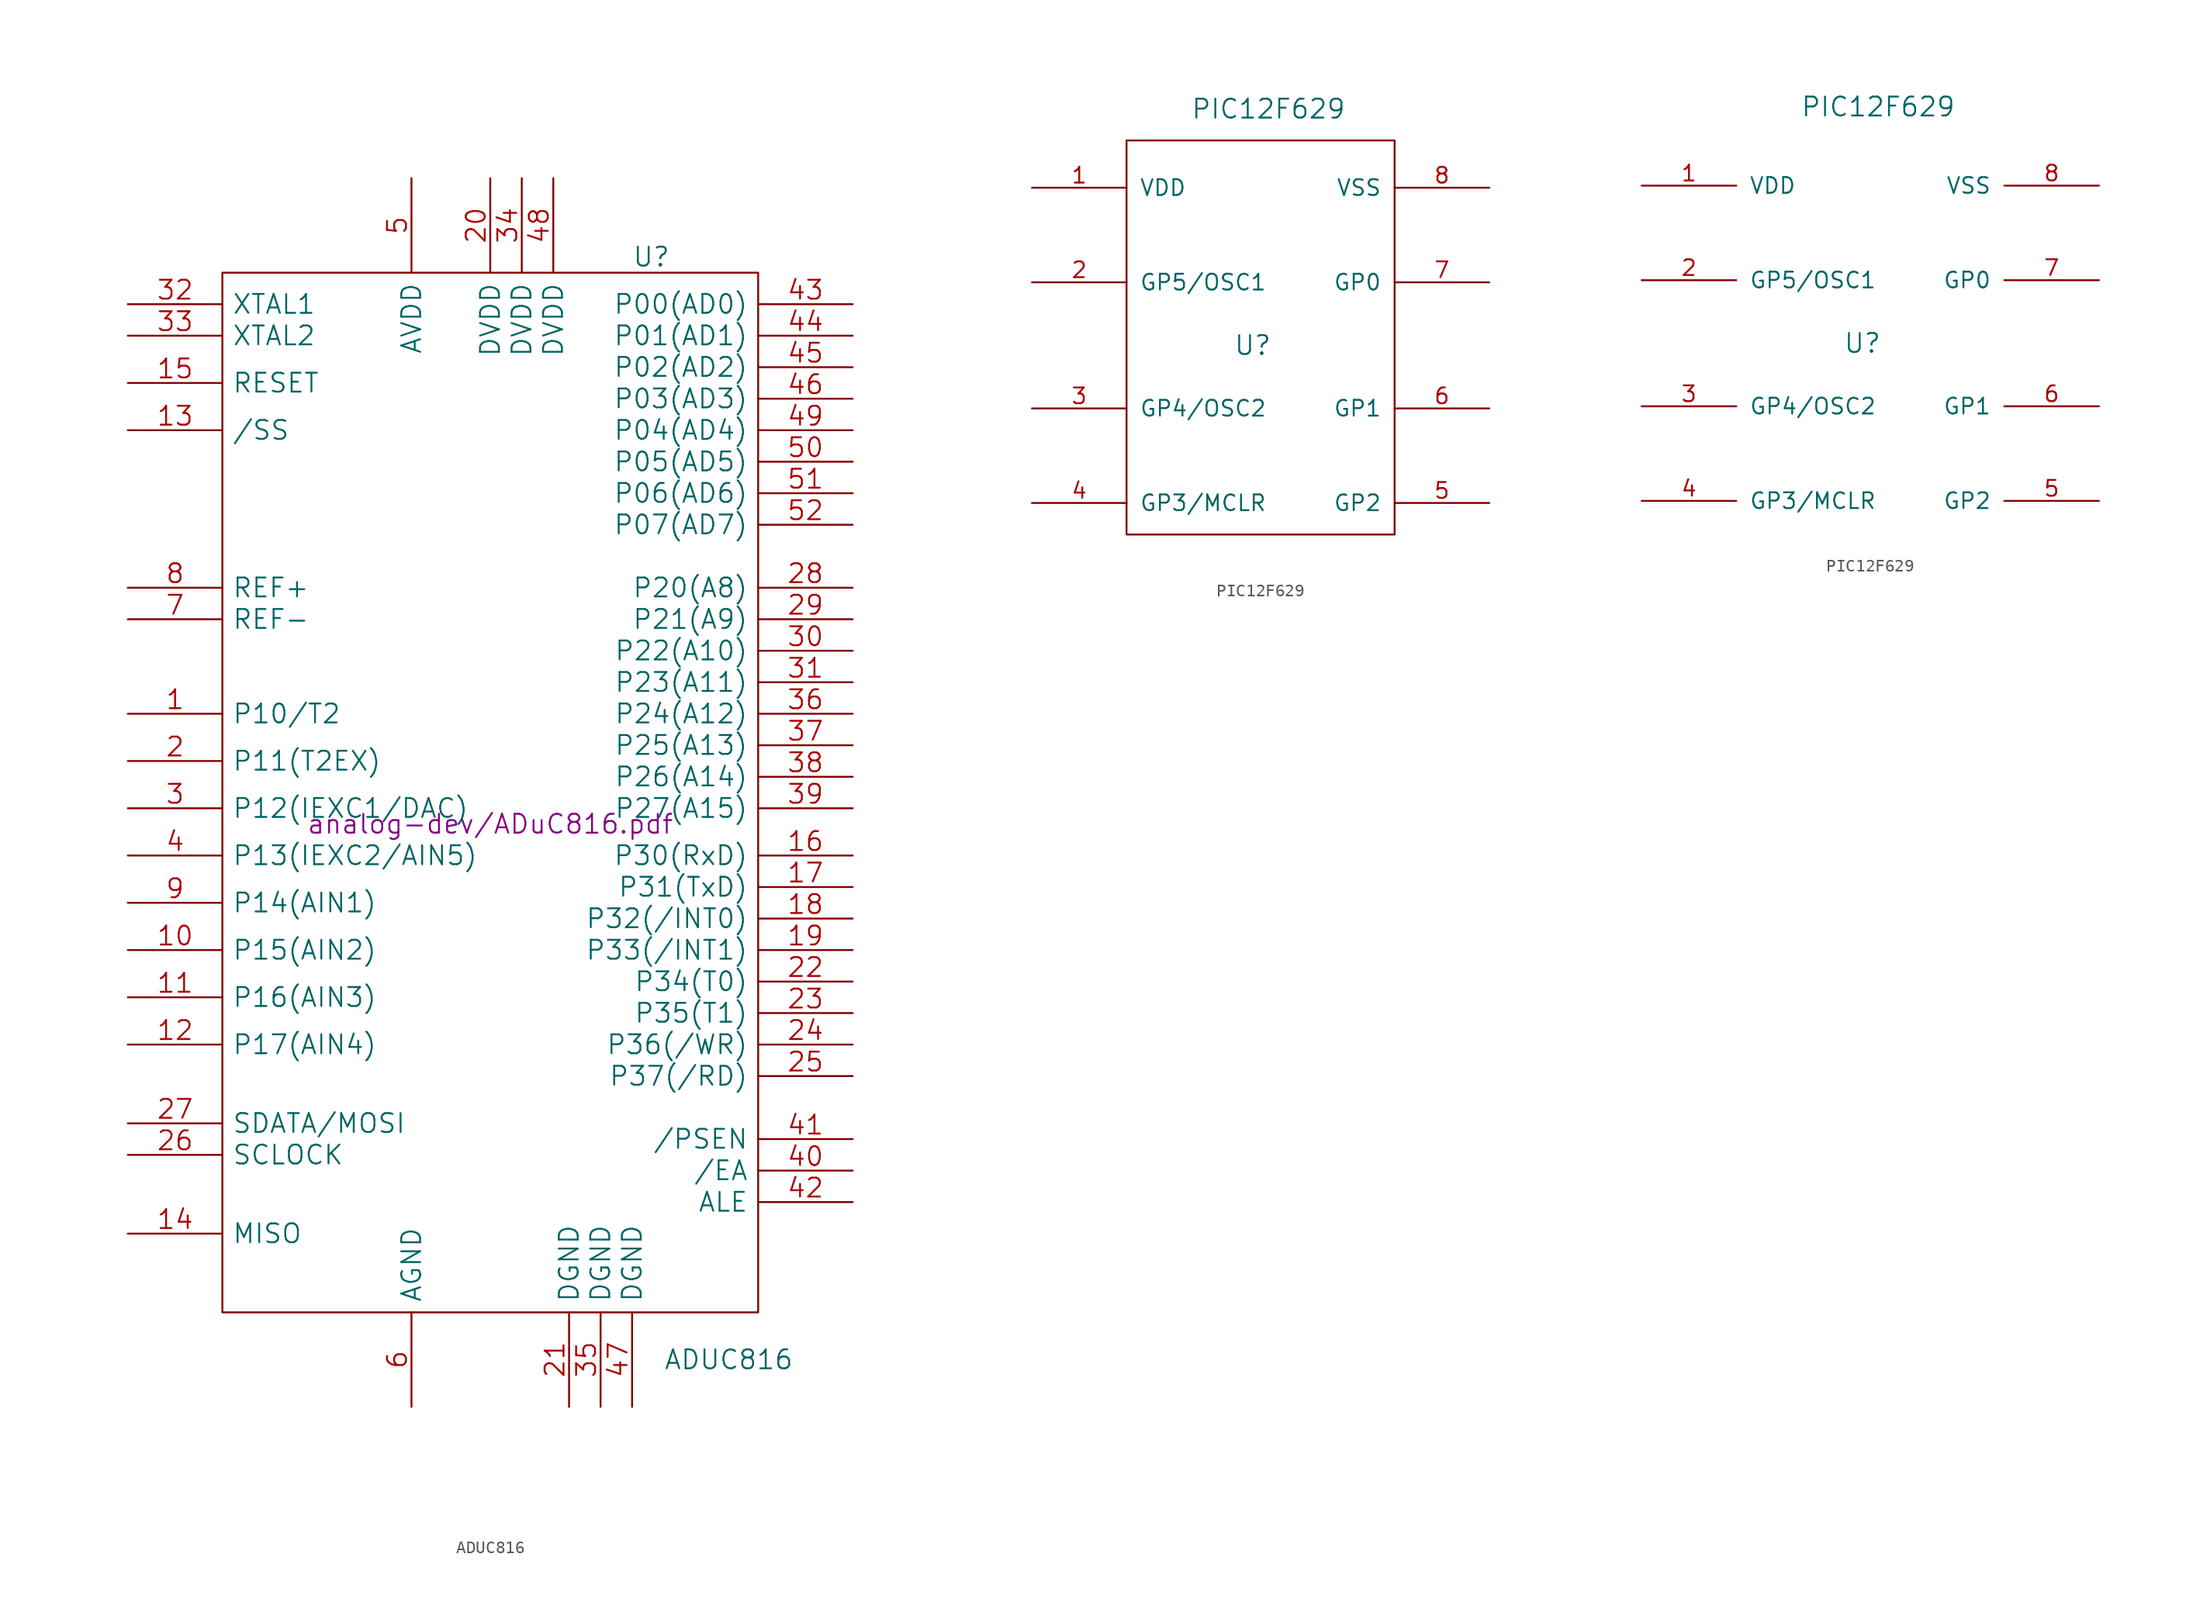
<source format=kicad_sym>
(kicad_symbol_lib
  (version 20211014)
  (generator kicad_symbol_editor)
  (symbol "ADUC816"
    (pin_names
      (offset 0.762))
    (property "Reference" "U"
      (at 11.43 45.72 0)
      (effects (font (size 1.524 1.524)) (justify left)))
    (property "Value" "ADUC816"
      (at 13.97 -43.18 0)
      (effects (font (size 1.524 1.524)) (justify left)))
    (property "Footprint" ""
      (at 0 0 0)
      (effects (font (size 1.524 1.524))))
    (property "Datasheet" "analog-dev/ADuC816.pdf"
      (at 0 0 0)
      (effects (font (size 1.524 1.524))))
    (symbol "ADUC816_0_1"
      (rectangle (start 21.59 -39.37) (end -21.59 44.45) (stroke (width 0) (type default) (color 0 0 0 0)) (fill (type none))))
    (symbol "ADUC816_1_1"
      (pin bidirectional line (at -29.21 8.89 0) (length 7.62) (name "P10/T2" (effects (font (size 1.524 1.524)))) (number "1" (effects (font (size 1.524 1.524)))))
      (pin input line (at -29.21 -10.16 0) (length 7.62) (name "P15(AIN2)" (effects (font (size 1.524 1.524)))) (number "10" (effects (font (size 1.524 1.524)))))
      (pin input line (at -29.21 -13.97 0) (length 7.62) (name "P16(AIN3)" (effects (font (size 1.524 1.524)))) (number "11" (effects (font (size 1.524 1.524)))))
      (pin input line (at -29.21 -17.78 0) (length 7.62) (name "P17(AIN4)" (effects (font (size 1.524 1.524)))) (number "12" (effects (font (size 1.524 1.524)))))
      (pin input line (at -29.21 31.75 0) (length 7.62) (name "/SS" (effects (font (size 1.524 1.524)))) (number "13" (effects (font (size 1.524 1.524)))))
      (pin input line (at -29.21 -33.02 0) (length 7.62) (name "MISO" (effects (font (size 1.524 1.524)))) (number "14" (effects (font (size 1.524 1.524)))))
      (pin input line (at -29.21 35.56 0) (length 7.62) (name "RESET" (effects (font (size 1.524 1.524)))) (number "15" (effects (font (size 1.524 1.524)))))
      (pin bidirectional line (at 29.21 -2.54 180) (length 7.62) (name "P30(RxD)" (effects (font (size 1.524 1.524)))) (number "16" (effects (font (size 1.524 1.524)))))
      (pin bidirectional line (at 29.21 -5.08 180) (length 7.62) (name "P31(TxD)" (effects (font (size 1.524 1.524)))) (number "17" (effects (font (size 1.524 1.524)))))
      (pin bidirectional line (at 29.21 -7.62 180) (length 7.62) (name "P32(/INT0)" (effects (font (size 1.524 1.524)))) (number "18" (effects (font (size 1.524 1.524)))))
      (pin bidirectional line (at 29.21 -10.16 180) (length 7.62) (name "P33(/INT1)" (effects (font (size 1.524 1.524)))) (number "19" (effects (font (size 1.524 1.524)))))
      (pin bidirectional line (at -29.21 5.08 0) (length 7.62) (name "P11(T2EX)" (effects (font (size 1.524 1.524)))) (number "2" (effects (font (size 1.524 1.524)))))
      (pin power_in line (at 0 52.07 270) (length 7.62) (name "DVDD" (effects (font (size 1.524 1.524)))) (number "20" (effects (font (size 1.524 1.524)))))
      (pin power_in line (at 6.35 -46.99 90) (length 7.62) (name "DGND" (effects (font (size 1.524 1.524)))) (number "21" (effects (font (size 1.524 1.524)))))
      (pin bidirectional line (at 29.21 -12.7 180) (length 7.62) (name "P34(T0)" (effects (font (size 1.524 1.524)))) (number "22" (effects (font (size 1.524 1.524)))))
      (pin bidirectional line (at 29.21 -15.24 180) (length 7.62) (name "P35(T1)" (effects (font (size 1.524 1.524)))) (number "23" (effects (font (size 1.524 1.524)))))
      (pin bidirectional line (at 29.21 -17.78 180) (length 7.62) (name "P36(/WR)" (effects (font (size 1.524 1.524)))) (number "24" (effects (font (size 1.524 1.524)))))
      (pin bidirectional line (at 29.21 -20.32 180) (length 7.62) (name "P37(/RD)" (effects (font (size 1.524 1.524)))) (number "25" (effects (font (size 1.524 1.524)))))
      (pin bidirectional line (at -29.21 -26.67 0) (length 7.62) (name "SCLOCK" (effects (font (size 1.524 1.524)))) (number "26" (effects (font (size 1.524 1.524)))))
      (pin bidirectional line (at -29.21 -24.13 0) (length 7.62) (name "SDATA/MOSI" (effects (font (size 1.524 1.524)))) (number "27" (effects (font (size 1.524 1.524)))))
      (pin bidirectional line (at 29.21 19.05 180) (length 7.62) (name "P20(A8)" (effects (font (size 1.524 1.524)))) (number "28" (effects (font (size 1.524 1.524)))))
      (pin bidirectional line (at 29.21 16.51 180) (length 7.62) (name "P21(A9)" (effects (font (size 1.524 1.524)))) (number "29" (effects (font (size 1.524 1.524)))))
      (pin input line (at -29.21 1.27 0) (length 7.62) (name "P12(IEXC1/DAC)" (effects (font (size 1.524 1.524)))) (number "3" (effects (font (size 1.524 1.524)))))
      (pin bidirectional line (at 29.21 13.97 180) (length 7.62) (name "P22(A10)" (effects (font (size 1.524 1.524)))) (number "30" (effects (font (size 1.524 1.524)))))
      (pin bidirectional line (at 29.21 11.43 180) (length 7.62) (name "P23(A11)" (effects (font (size 1.524 1.524)))) (number "31" (effects (font (size 1.524 1.524)))))
      (pin input line (at -29.21 41.91 0) (length 7.62) (name "XTAL1" (effects (font (size 1.524 1.524)))) (number "32" (effects (font (size 1.524 1.524)))))
      (pin output line (at -29.21 39.37 0) (length 7.62) (name "XTAL2" (effects (font (size 1.524 1.524)))) (number "33" (effects (font (size 1.524 1.524)))))
      (pin power_in line (at 2.54 52.07 270) (length 7.62) (name "DVDD" (effects (font (size 1.524 1.524)))) (number "34" (effects (font (size 1.524 1.524)))))
      (pin power_in line (at 8.89 -46.99 90) (length 7.62) (name "DGND" (effects (font (size 1.524 1.524)))) (number "35" (effects (font (size 1.524 1.524)))))
      (pin bidirectional line (at 29.21 8.89 180) (length 7.62) (name "P24(A12)" (effects (font (size 1.524 1.524)))) (number "36" (effects (font (size 1.524 1.524)))))
      (pin bidirectional line (at 29.21 6.35 180) (length 7.62) (name "P25(A13)" (effects (font (size 1.524 1.524)))) (number "37" (effects (font (size 1.524 1.524)))))
      (pin bidirectional line (at 29.21 3.81 180) (length 7.62) (name "P26(A14)" (effects (font (size 1.524 1.524)))) (number "38" (effects (font (size 1.524 1.524)))))
      (pin bidirectional line (at 29.21 1.27 180) (length 7.62) (name "P27(A15)" (effects (font (size 1.524 1.524)))) (number "39" (effects (font (size 1.524 1.524)))))
      (pin input line (at -29.21 -2.54 0) (length 7.62) (name "P13(IEXC2/AIN5)" (effects (font (size 1.524 1.524)))) (number "4" (effects (font (size 1.524 1.524)))))
      (pin output line (at 29.21 -27.94 180) (length 7.62) (name "/EA" (effects (font (size 1.524 1.524)))) (number "40" (effects (font (size 1.524 1.524)))))
      (pin output line (at 29.21 -25.4 180) (length 7.62) (name "/PSEN" (effects (font (size 1.524 1.524)))) (number "41" (effects (font (size 1.524 1.524)))))
      (pin output line (at 29.21 -30.48 180) (length 7.62) (name "ALE" (effects (font (size 1.524 1.524)))) (number "42" (effects (font (size 1.524 1.524)))))
      (pin tri_state line (at 29.21 41.91 180) (length 7.62) (name "P00(AD0)" (effects (font (size 1.524 1.524)))) (number "43" (effects (font (size 1.524 1.524)))))
      (pin tri_state line (at 29.21 39.37 180) (length 7.62) (name "P01(AD1)" (effects (font (size 1.524 1.524)))) (number "44" (effects (font (size 1.524 1.524)))))
      (pin tri_state line (at 29.21 36.83 180) (length 7.62) (name "P02(AD2)" (effects (font (size 1.524 1.524)))) (number "45" (effects (font (size 1.524 1.524)))))
      (pin tri_state line (at 29.21 34.29 180) (length 7.62) (name "P03(AD3)" (effects (font (size 1.524 1.524)))) (number "46" (effects (font (size 1.524 1.524)))))
      (pin power_in line (at 11.43 -46.99 90) (length 7.62) (name "DGND" (effects (font (size 1.524 1.524)))) (number "47" (effects (font (size 1.524 1.524)))))
      (pin power_in line (at 5.08 52.07 270) (length 7.62) (name "DVDD" (effects (font (size 1.524 1.524)))) (number "48" (effects (font (size 1.524 1.524)))))
      (pin tri_state line (at 29.21 31.75 180) (length 7.62) (name "P04(AD4)" (effects (font (size 1.524 1.524)))) (number "49" (effects (font (size 1.524 1.524)))))
      (pin power_in line (at -6.35 52.07 270) (length 7.62) (name "AVDD" (effects (font (size 1.524 1.524)))) (number "5" (effects (font (size 1.524 1.524)))))
      (pin bidirectional line (at 29.21 29.21 180) (length 7.62) (name "P05(AD5)" (effects (font (size 1.524 1.524)))) (number "50" (effects (font (size 1.524 1.524)))))
      (pin tri_state line (at 29.21 26.67 180) (length 7.62) (name "P06(AD6)" (effects (font (size 1.524 1.524)))) (number "51" (effects (font (size 1.524 1.524)))))
      (pin tri_state line (at 29.21 24.13 180) (length 7.62) (name "P07(AD7)" (effects (font (size 1.524 1.524)))) (number "52" (effects (font (size 1.524 1.524)))))
      (pin power_in line (at -6.35 -46.99 90) (length 7.62) (name "AGND" (effects (font (size 1.524 1.524)))) (number "6" (effects (font (size 1.524 1.524)))))
      (pin input line (at -29.21 16.51 0) (length 7.62) (name "REF-" (effects (font (size 1.524 1.524)))) (number "7" (effects (font (size 1.524 1.524)))))
      (pin input line (at -29.21 19.05 0) (length 7.62) (name "REF+" (effects (font (size 1.524 1.524)))) (number "8" (effects (font (size 1.524 1.524)))))
      (pin input line (at -29.21 -6.35 0) (length 7.62) (name "P14(AIN1)" (effects (font (size 1.524 1.524)))) (number "9" (effects (font (size 1.524 1.524)))))))
  (symbol "PIC12F629"
    (pin_names
      (offset 1.016))
    (property "Reference" "U"
      (at -1.27 0 0)
      (effects (font (size 1.524 1.524))))
    (property "Value" "PIC12F629"
      (at 0 19.05 0)
      (effects (font (size 1.524 1.524))))
    (property "Footprint" ""
      (at 0 0 0)
      (effects (font (size 1.524 1.524))))
    (property "Datasheet" ""
      (at 0 0 0)
      (effects (font (size 1.524 1.524))))
    (symbol "PIC12F629_0_1"
      (rectangle (start 10.16 -15.24) (end -11.43 16.51) (stroke (width 0) (type default) (color 0 0 0 0)) (fill (type none))))
    (symbol "PIC12F629_1_1"
      (pin power_in line (at -19.05 12.7 0) (length 7.62) (name "VDD" (effects (font (size 1.27 1.27)))) (number "1" (effects (font (size 1.27 1.27)))))
      (pin input line (at -19.05 5.08 0) (length 7.62) (name "GP5/OSC1" (effects (font (size 1.27 1.27)))) (number "2" (effects (font (size 1.27 1.27)))))
      (pin input line (at -19.05 -5.08 0) (length 7.62) (name "GP4/OSC2" (effects (font (size 1.27 1.27)))) (number "3" (effects (font (size 1.27 1.27)))))
      (pin input line (at -19.05 -12.7 0) (length 7.62) (name "GP3/MCLR" (effects (font (size 1.27 1.27)))) (number "4" (effects (font (size 1.27 1.27)))))
      (pin input line (at 17.78 -12.7 180) (length 7.62) (name "GP2" (effects (font (size 1.27 1.27)))) (number "5" (effects (font (size 1.27 1.27)))))
      (pin input line (at 17.78 -5.08 180) (length 7.62) (name "GP1" (effects (font (size 1.27 1.27)))) (number "6" (effects (font (size 1.27 1.27)))))
      (pin input line (at 17.78 5.08 180) (length 7.62) (name "GP0" (effects (font (size 1.27 1.27)))) (number "7" (effects (font (size 1.27 1.27)))))
      (pin power_in line (at 17.78 12.7 180) (length 7.62) (name "VSS" (effects (font (size 1.27 1.27)))) (number "8" (effects (font (size 1.27 1.27))))))
    (symbol "PIC12F629_1_2"
      (pin power_in line (at -19.05 12.7 0) (length 7.62) (name "VDD" (effects (font (size 1.27 1.27)))) (number "1" (effects (font (size 1.27 1.27)))))
      (pin input line (at -19.05 5.08 0) (length 7.62) (name "GP5/OSC1" (effects (font (size 1.27 1.27)))) (number "2" (effects (font (size 1.27 1.27)))))
      (pin input line (at -19.05 -5.08 0) (length 7.62) (name "GP4/OSC2" (effects (font (size 1.27 1.27)))) (number "3" (effects (font (size 1.27 1.27)))))
      (pin input line (at -19.05 -12.7 0) (length 7.62) (name "GP3/MCLR" (effects (font (size 1.27 1.27)))) (number "4" (effects (font (size 1.27 1.27)))))
      (pin input line (at 17.78 -12.7 180) (length 7.62) (name "GP2" (effects (font (size 1.27 1.27)))) (number "5" (effects (font (size 1.27 1.27)))))
      (pin input line (at 17.78 -5.08 180) (length 7.62) (name "GP1" (effects (font (size 1.27 1.27)))) (number "6" (effects (font (size 1.27 1.27)))))
      (pin input line (at 17.78 5.08 180) (length 7.62) (name "GP0" (effects (font (size 1.27 1.27)))) (number "7" (effects (font (size 1.27 1.27)))))
      (pin power_in line (at 17.78 12.7 180) (length 7.62) (name "VSS" (effects (font (size 1.27 1.27)))) (number "8" (effects (font (size 1.27 1.27))))))))
</source>
